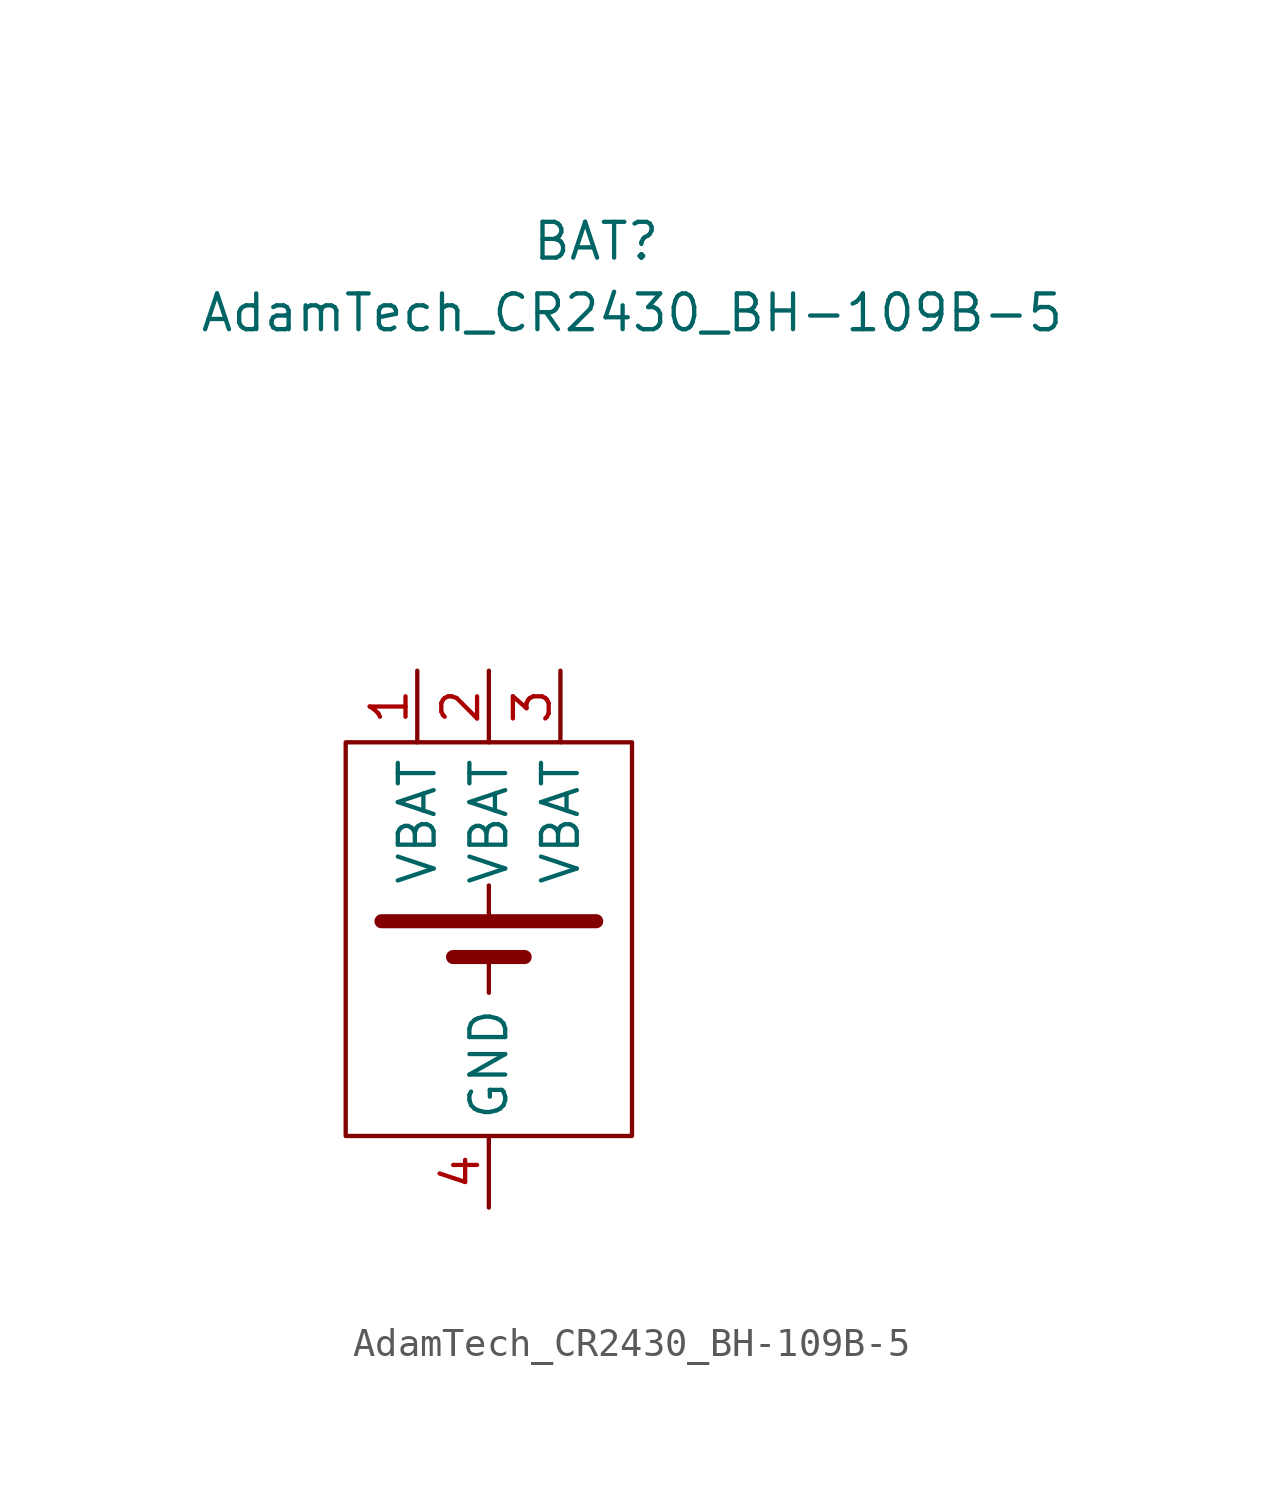
<source format=kicad_sym>
(kicad_symbol_lib
  (version 20211014)
  (generator kicad_symbol_editor)
  (symbol "AdamTech_CR2430_BH-109B-5"
    (property "Reference" "BAT"
      (at 0 0 0)
      (effects (font (size 1.27 1.27))))
    (property "Value" "AdamTech_CR2430_BH-109B-5"
      (at 1.27 -2.54 0)
      (effects (font (size 1.27 1.27))))
    (symbol "AdamTech_CR2430_BH-109B-5_0_1"
      (rectangle (start -8.89 -17.78) (end 1.27 -31.75) (stroke (width 0) (type default) (color 0 0 0 0)) (fill (type none)))
      (polyline (pts (xy -7.62 -24.13) (xy 0 -24.13)) (stroke (width 0.5) (type default) (color 0 0 0 0)) (fill (type none)))
      (polyline (pts (xy -5.08 -25.4) (xy -2.54 -25.4)) (stroke (width 0.5) (type default) (color 0 0 0 0)) (fill (type none)))
      (polyline (pts (xy -3.81 -25.4) (xy -3.81 -26.67)) (stroke (width 0) (type default) (color 0 0 0 0)) (fill (type none)))
      (polyline (pts (xy -3.81 -24.13) (xy -3.81 -22.86)) (stroke (width 0) (type default) (color 0 0 0 0)) (fill (type none))))
    (symbol "AdamTech_CR2430_BH-109B-5_1_1"
      (pin power_out line (at -6.35 -15.24 270) (length 2.54) (name "VBAT" (effects (font (size 1.27 1.27)))) (number "1" (effects (font (size 1.27 1.27)))))
      (pin power_out line (at -3.81 -15.24 270) (length 2.54) (name "VBAT" (effects (font (size 1.27 1.27)))) (number "2" (effects (font (size 1.27 1.27)))))
      (pin power_out line (at -1.27 -15.24 270) (length 2.54) (name "VBAT" (effects (font (size 1.27 1.27)))) (number "3" (effects (font (size 1.27 1.27)))))
      (pin power_out line (at -3.81 -34.29 90) (length 2.54) (name "GND" (effects (font (size 1.27 1.27)))) (number "4" (effects (font (size 1.27 1.27))))))))
</source>
